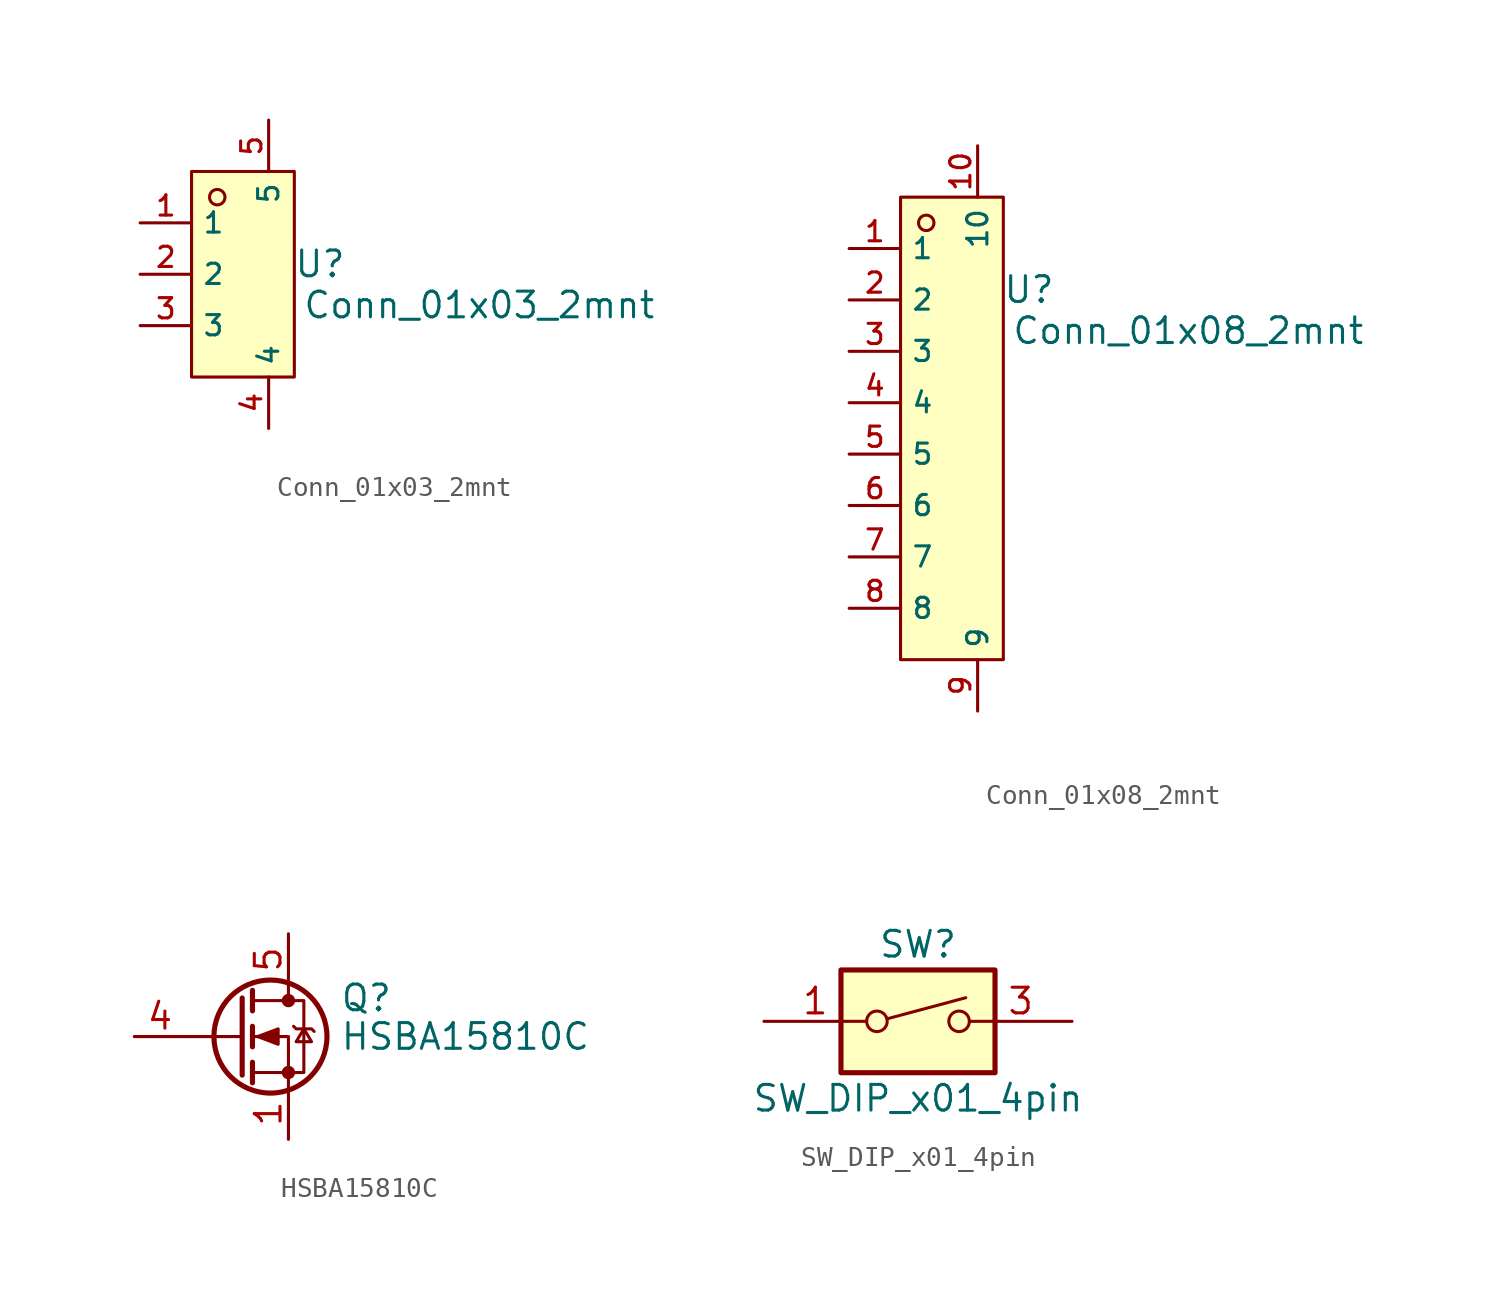
<source format=kicad_sym>
(kicad_symbol_lib
  (version 20241209)
  (generator "kicad_symbol_editor")
  (generator_version "9.0")
  (symbol "Conn_01x03_2mnt"
    (property "Reference" "U"
      (at 5.08 -0.762 0)
      (effects (font (size 1.27 1.27))))
    (property "Value" "Conn_01x03_2mnt"
      (at 12.954 -2.794 0)
      (effects (font (size 1.27 1.27))))
    (symbol "Conn_01x03_2mnt_0_1"
      (rectangle (start -1.27 3.81) (end 3.81 -6.35) (stroke (width 0) (type default)) (fill (type background)))
      (circle (center 0 2.54) (radius 0.381) (stroke (width 0) (type default)) (fill (type background)))
      (pin unspecified line (at -3.81 1.27 0) (length 2.54) (name "1" (effects (font (size 1 1)))) (number "1" (effects (font (size 1 1)))))
      (pin unspecified line (at -3.81 -1.27 0) (length 2.54) (name "2" (effects (font (size 1 1)))) (number "2" (effects (font (size 1 1)))))
      (pin unspecified line (at -3.81 -3.81 0) (length 2.54) (name "3" (effects (font (size 1 1)))) (number "3" (effects (font (size 1 1)))))
      (pin unspecified line (at 2.54 6.35 270) (length 2.54) (name "5" (effects (font (size 1 1)))) (number "5" (effects (font (size 1 1)))))
      (pin unspecified line (at 2.54 -8.89 90) (length 2.54) (name "4" (effects (font (size 1 1)))) (number "4" (effects (font (size 1 1)))))))
  (symbol "Conn_01x08_2mnt"
    (property "Reference" "U"
      (at 5.08 -0.762 0)
      (effects (font (size 1.27 1.27))))
    (property "Value" "Conn_01x08_2mnt"
      (at 12.954 -2.794 0)
      (effects (font (size 1.27 1.27))))
    (symbol "Conn_01x08_2mnt_0_1"
      (rectangle (start -1.27 3.81) (end 3.81 -19.05) (stroke (width 0) (type default)) (fill (type background)))
      (circle (center 0 2.54) (radius 0.381) (stroke (width 0) (type default)) (fill (type background)))
      (pin unspecified line (at -3.81 1.27 0) (length 2.54) (name "1" (effects (font (size 1 1)))) (number "1" (effects (font (size 1 1)))))
      (pin unspecified line (at -3.81 -1.27 0) (length 2.54) (name "2" (effects (font (size 1 1)))) (number "2" (effects (font (size 1 1)))))
      (pin unspecified line (at -3.81 -3.81 0) (length 2.54) (name "3" (effects (font (size 1 1)))) (number "3" (effects (font (size 1 1)))))
      (pin unspecified line (at -3.81 -6.35 0) (length 2.54) (name "4" (effects (font (size 1 1)))) (number "4" (effects (font (size 1 1)))))
      (pin unspecified line (at -3.81 -8.89 0) (length 2.54) (name "5" (effects (font (size 1 1)))) (number "5" (effects (font (size 1 1)))))
      (pin unspecified line (at -3.81 -11.43 0) (length 2.54) (name "6" (effects (font (size 1 1)))) (number "6" (effects (font (size 1 1)))))
      (pin unspecified line (at -3.81 -13.97 0) (length 2.54) (name "7" (effects (font (size 1 1)))) (number "7" (effects (font (size 1 1)))))
      (pin unspecified line (at -3.81 -16.51 0) (length 2.54) (name "8" (effects (font (size 1 1)))) (number "8" (effects (font (size 1 1)))))
      (pin unspecified line (at 2.54 6.35 270) (length 2.54) (name "10" (effects (font (size 1 1)))) (number "10" (effects (font (size 1 1)))))
      (pin unspecified line (at 2.54 -21.59 90) (length 2.54) (name "9" (effects (font (size 1 1)))) (number "9" (effects (font (size 1 1)))))))
  (symbol "HSBA15810C"
    (pin_names
      (hide yes))
    (property "Reference" "Q"
      (at 5.08 1.905 0)
      (effects (font (size 1.27 1.27)) (justify left)))
    (property "Value" "HSBA15810C"
      (at 5.08 0 0)
      (effects (font (size 1.27 1.27)) (justify left)))
    (symbol "HSBA15810C_0_1"
      (polyline (pts (xy 0.254 1.905) (xy 0.254 -1.905)) (stroke (width 0.254) (type default)) (fill (type none)))
      (polyline (pts (xy 0.254 0) (xy -2.54 0)) (stroke (width 0) (type default)) (fill (type none)))
      (polyline (pts (xy 0.762 2.286) (xy 0.762 1.27)) (stroke (width 0.254) (type default)) (fill (type none)))
      (polyline (pts (xy 0.762 0.508) (xy 0.762 -0.508)) (stroke (width 0.254) (type default)) (fill (type none)))
      (polyline (pts (xy 0.762 -1.27) (xy 0.762 -2.286)) (stroke (width 0.254) (type default)) (fill (type none)))
      (polyline (pts (xy 0.762 -1.778) (xy 3.302 -1.778) (xy 3.302 1.778) (xy 0.762 1.778)) (stroke (width 0) (type default)) (fill (type none)))
      (polyline (pts (xy 1.016 0) (xy 2.032 0.381) (xy 2.032 -0.381) (xy 1.016 0)) (stroke (width 0) (type default)) (fill (type outline)))
      (circle (center 1.651 0) (radius 2.794) (stroke (width 0.254) (type default)) (fill (type none)))
      (polyline (pts (xy 2.54 2.54) (xy 2.54 1.778)) (stroke (width 0) (type default)) (fill (type none)))
      (circle (center 2.54 1.778) (radius 0.254) (stroke (width 0) (type default)) (fill (type outline)))
      (circle (center 2.54 -1.778) (radius 0.254) (stroke (width 0) (type default)) (fill (type outline)))
      (polyline (pts (xy 2.54 -2.54) (xy 2.54 0) (xy 0.762 0)) (stroke (width 0) (type default)) (fill (type none)))
      (polyline (pts (xy 2.794 0.508) (xy 2.921 0.381) (xy 3.683 0.381) (xy 3.81 0.254)) (stroke (width 0) (type default)) (fill (type none)))
      (polyline (pts (xy 3.302 0.381) (xy 2.921 -0.254) (xy 3.683 -0.254) (xy 3.302 0.381)) (stroke (width 0) (type default)) (fill (type none))))
    (symbol "HSBA15810C_1_1"
      (pin input line (at -5.08 0 0) (length 2.54) (name "G" (effects (font (size 1.27 1.27)))) (number "4" (effects (font (size 1.27 1.27)))))
      (pin passive line (at 2.54 5.08 270) (length 2.54) (name "D" (effects (font (size 1.27 1.27)))) (number "5" (effects (font (size 1.27 1.27)))))
      (pin passive line (at 2.54 -5.08 90) (length 2.54) (name "S" (effects (font (size 1.27 1.27)))) (number "1" (effects (font (size 1.27 1.27)))))
      (pin passive line (at 2.54 -5.08 90) (length 2.54) (hide yes) (name "S" (effects (font (size 1.27 1.27)))) (number "2" (effects (font (size 1.27 1.27)))))
      (pin passive line (at 2.54 -5.08 90) (length 2.54) (hide yes) (name "S" (effects (font (size 1.27 1.27)))) (number "3" (effects (font (size 1.27 1.27)))))))
  (symbol "SW_DIP_x01_4pin"
    (pin_names
      (offset 0)
      (hide yes))
    (property "Reference" "SW"
      (at 0 3.81 0)
      (effects (font (size 1.27 1.27))))
    (property "Value" "SW_DIP_x01_4pin"
      (at 0 -3.81 0)
      (effects (font (size 1.27 1.27))))
    (symbol "SW_DIP_x01_4pin_0_0"
      (circle (center -2.032 0) (radius 0.508) (stroke (width 0) (type default)) (fill (type none)))
      (polyline (pts (xy -1.524 0.127) (xy 2.362 1.168)) (stroke (width 0) (type default)) (fill (type none)))
      (circle (center 2.032 0) (radius 0.508) (stroke (width 0) (type default)) (fill (type none))))
    (symbol "SW_DIP_x01_4pin_0_1"
      (rectangle (start -3.81 2.54) (end 3.81 -2.54) (stroke (width 0.254) (type default)) (fill (type background))))
    (symbol "SW_DIP_x01_4pin_1_1"
      (pin passive line (at -7.62 0 0) (length 5.08) (name "~" (effects (font (size 1.27 1.27)))) (number "1" (effects (font (size 1.27 1.27)))))
      (pin passive line (at -7.62 0 0) (length 5.08) (hide yes) (name "~" (effects (font (size 1.27 1.27)))) (number "2" (effects (font (size 1.27 1.27)))))
      (pin passive line (at 7.62 0 180) (length 5.08) (name "~" (effects (font (size 1.27 1.27)))) (number "3" (effects (font (size 1.27 1.27)))))
      (pin passive line (at 7.62 0 180) (length 5.08) (hide yes) (name "~" (effects (font (size 1.27 1.27)))) (number "4" (effects (font (size 1.27 1.27))))))))
</source>
